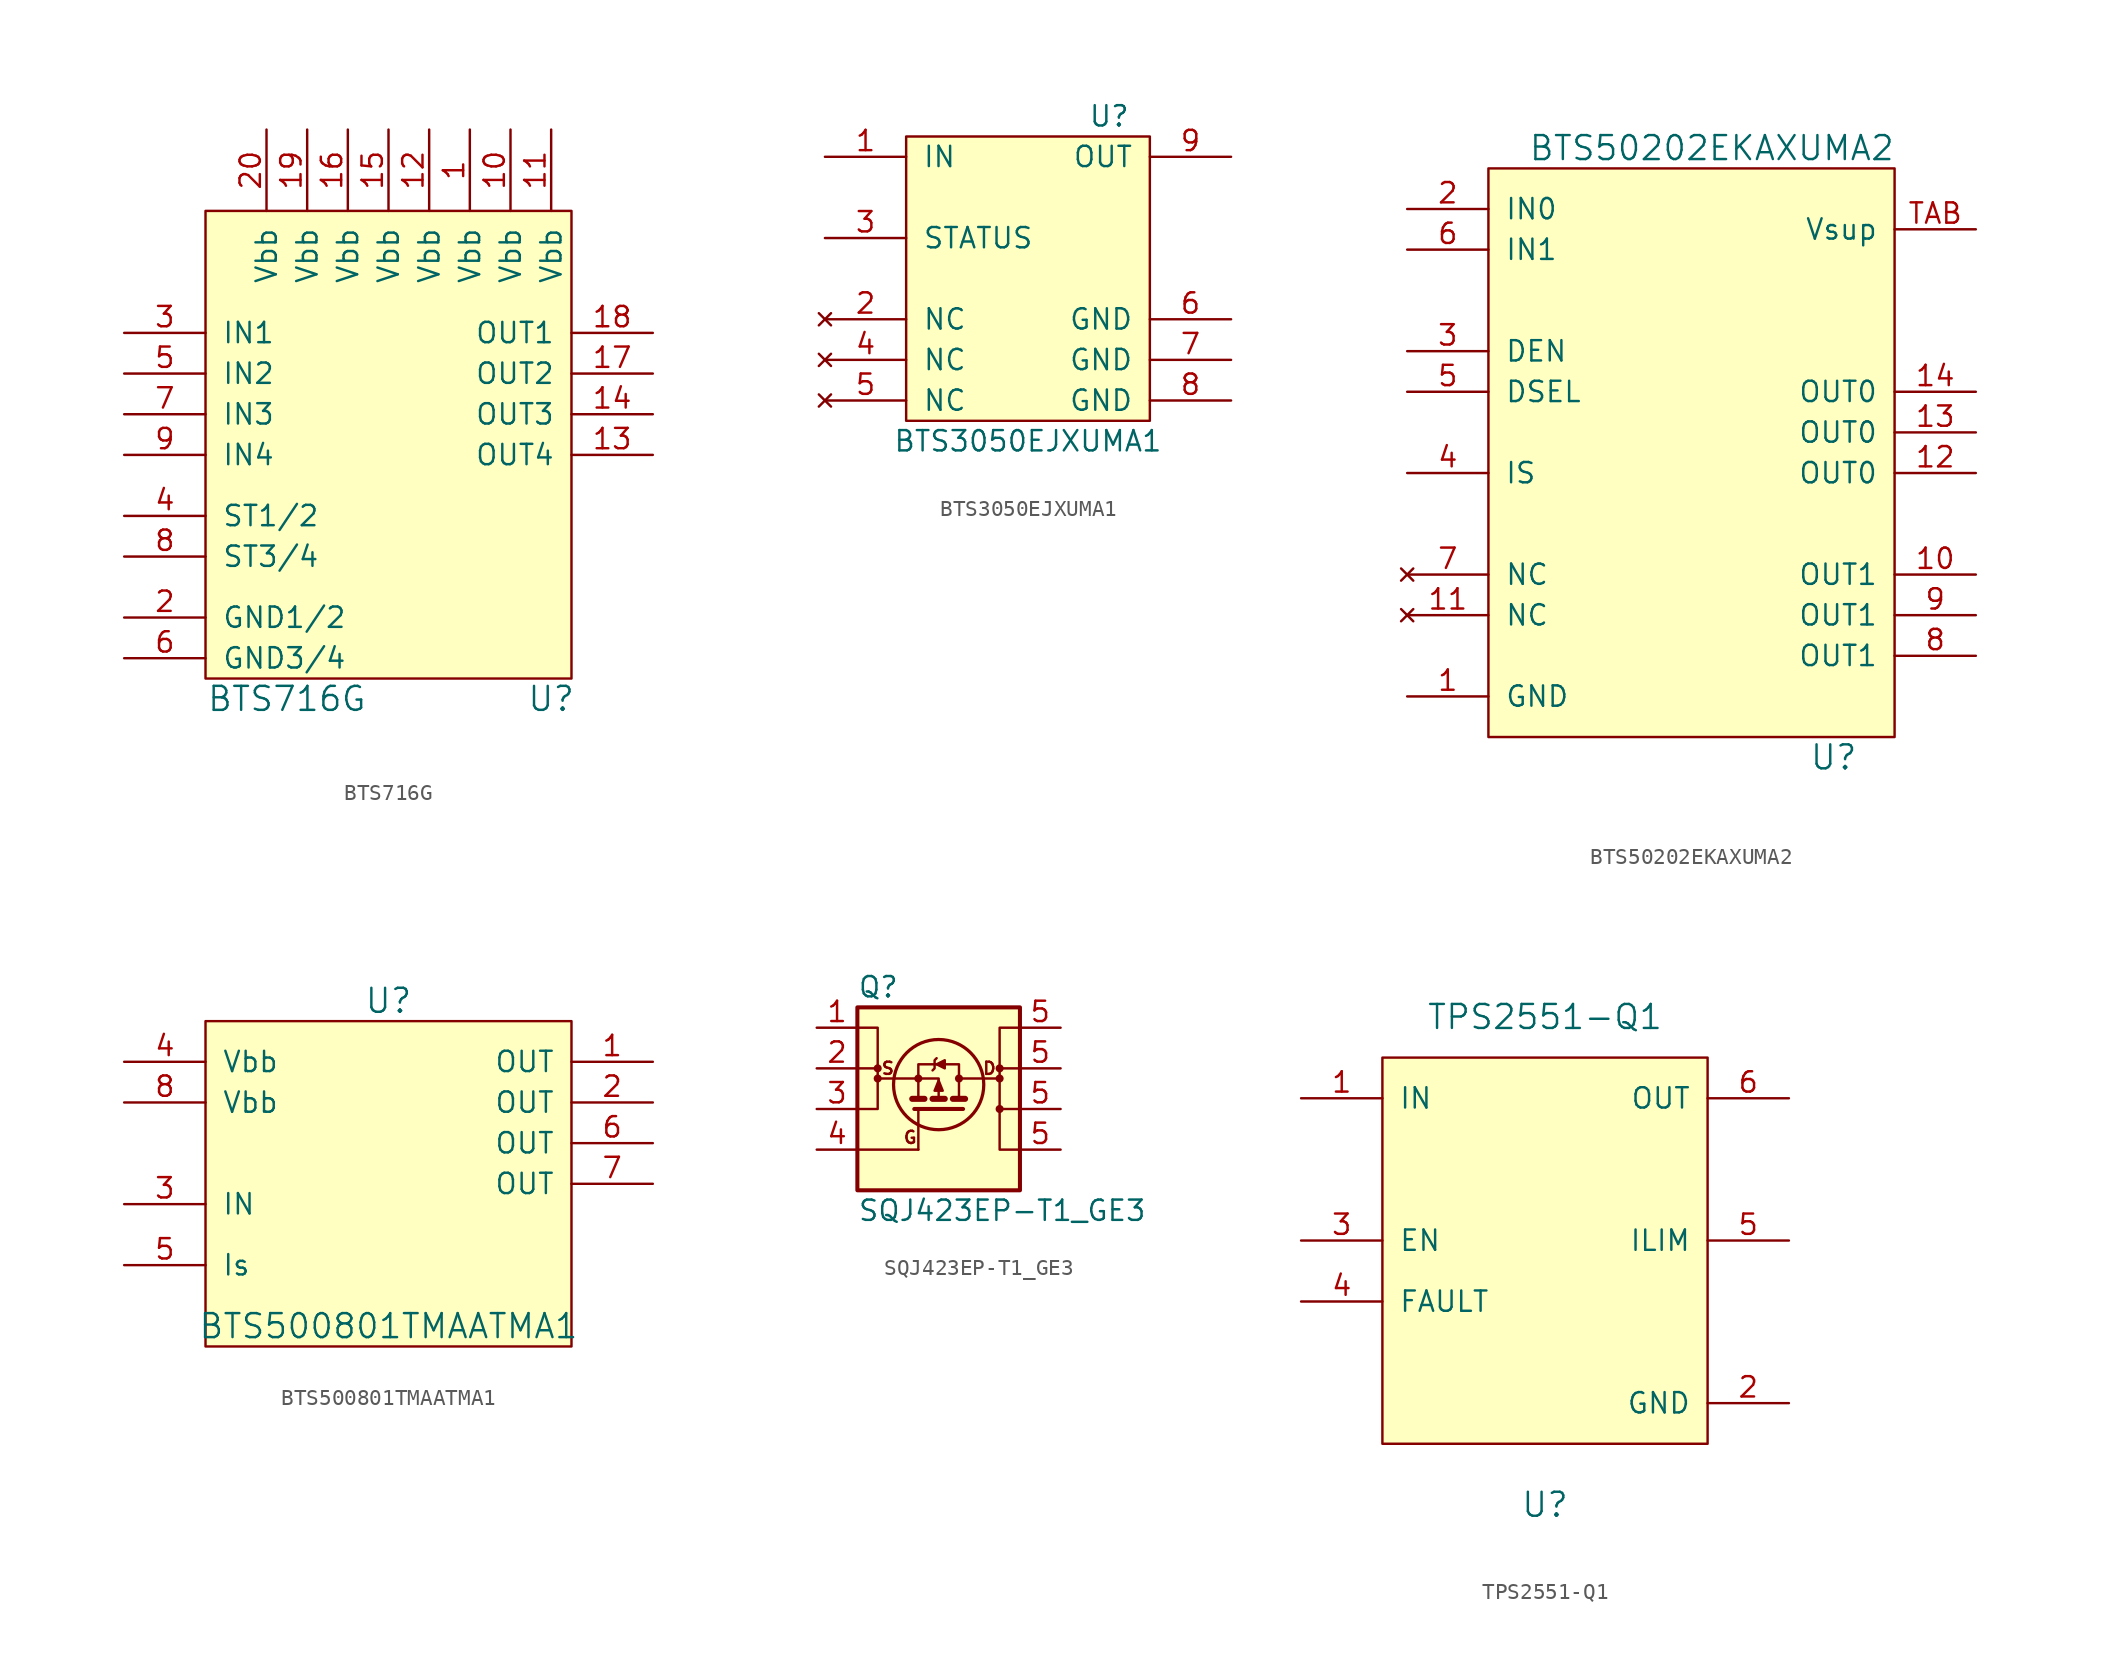
<source format=kicad_sym>
(kicad_symbol_lib
  (version 20211014)
  (generator kicad_symbol_editor)
  (symbol "BTS716G"
    (pin_names
      (offset 1.016))
    (property "Reference" "U"
      (at 10.16 -15.24 0)
      (effects (font (size 1.499 1.499))))
    (property "Value" "BTS716G"
      (at -6.35 -15.24 0)
      (effects (font (size 1.499 1.499))))
    (symbol "BTS716G_0_1"
      (rectangle (start -11.43 15.24) (end 11.43 -13.97) (stroke (width 0) (type default) (color 0 0 0 0)) (fill (type background))))
    (symbol "BTS716G_1_1"
      (pin power_in line (at 5.08 20.32 270) (length 5.08) (name "Vbb" (effects (font (size 1.27 1.27)))) (number "1" (effects (font (size 1.27 1.27)))))
      (pin power_in line (at 7.62 20.32 270) (length 5.08) (name "Vbb" (effects (font (size 1.27 1.27)))) (number "10" (effects (font (size 1.27 1.27)))))
      (pin power_in line (at 10.16 20.32 270) (length 5.08) (name "Vbb" (effects (font (size 1.27 1.27)))) (number "11" (effects (font (size 1.27 1.27)))))
      (pin power_in line (at 2.54 20.32 270) (length 5.08) (name "Vbb" (effects (font (size 1.27 1.27)))) (number "12" (effects (font (size 1.27 1.27)))))
      (pin power_out line (at 16.51 0 180) (length 5.08) (name "OUT4" (effects (font (size 1.27 1.27)))) (number "13" (effects (font (size 1.27 1.27)))))
      (pin power_out line (at 16.51 2.54 180) (length 5.08) (name "OUT3" (effects (font (size 1.27 1.27)))) (number "14" (effects (font (size 1.27 1.27)))))
      (pin power_in line (at 0 20.32 270) (length 5.08) (name "Vbb" (effects (font (size 1.27 1.27)))) (number "15" (effects (font (size 1.27 1.27)))))
      (pin power_in line (at -2.54 20.32 270) (length 5.08) (name "Vbb" (effects (font (size 1.27 1.27)))) (number "16" (effects (font (size 1.27 1.27)))))
      (pin power_out line (at 16.51 5.08 180) (length 5.08) (name "OUT2" (effects (font (size 1.27 1.27)))) (number "17" (effects (font (size 1.27 1.27)))))
      (pin power_out line (at 16.51 7.62 180) (length 5.08) (name "OUT1" (effects (font (size 1.27 1.27)))) (number "18" (effects (font (size 1.27 1.27)))))
      (pin power_in line (at -5.08 20.32 270) (length 5.08) (name "Vbb" (effects (font (size 1.27 1.27)))) (number "19" (effects (font (size 1.27 1.27)))))
      (pin power_in line (at -16.51 -10.16 0) (length 5.08) (name "GND1/2" (effects (font (size 1.27 1.27)))) (number "2" (effects (font (size 1.27 1.27)))))
      (pin power_in line (at -7.62 20.32 270) (length 5.08) (name "Vbb" (effects (font (size 1.27 1.27)))) (number "20" (effects (font (size 1.27 1.27)))))
      (pin input line (at -16.51 7.62 0) (length 5.08) (name "IN1" (effects (font (size 1.27 1.27)))) (number "3" (effects (font (size 1.27 1.27)))))
      (pin output line (at -16.51 -3.81 0) (length 5.08) (name "ST1/2" (effects (font (size 1.27 1.27)))) (number "4" (effects (font (size 1.27 1.27)))))
      (pin input line (at -16.51 5.08 0) (length 5.08) (name "IN2" (effects (font (size 1.27 1.27)))) (number "5" (effects (font (size 1.27 1.27)))))
      (pin power_in line (at -16.51 -12.7 0) (length 5.08) (name "GND3/4" (effects (font (size 1.27 1.27)))) (number "6" (effects (font (size 1.27 1.27)))))
      (pin input line (at -16.51 2.54 0) (length 5.08) (name "IN3" (effects (font (size 1.27 1.27)))) (number "7" (effects (font (size 1.27 1.27)))))
      (pin output line (at -16.51 -6.35 0) (length 5.08) (name "ST3/4" (effects (font (size 1.27 1.27)))) (number "8" (effects (font (size 1.27 1.27)))))
      (pin input line (at -16.51 0 0) (length 5.08) (name "IN4" (effects (font (size 1.27 1.27)))) (number "9" (effects (font (size 1.27 1.27)))))))
  (symbol "BTS3050EJXUMA1"
    (pin_names
      (offset 1.016))
    (property "Reference" "U"
      (at 5.08 10.16 0)
      (effects (font (size 1.27 1.27))))
    (property "Value" "BTS3050EJXUMA1"
      (at 0 -10.16 0)
      (effects (font (size 1.27 1.27))))
    (symbol "BTS3050EJXUMA1_0_1"
      (rectangle (start -7.62 8.89) (end 7.62 -8.89) (stroke (width 0) (type default) (color 0 0 0 0)) (fill (type background))))
    (symbol "BTS3050EJXUMA1_1_1"
      (pin input line (at -12.7 7.62 0) (length 5.08) (name "IN" (effects (font (size 1.27 1.27)))) (number "1" (effects (font (size 1.27 1.27)))))
      (pin no_connect line (at -12.7 -2.54 0) (length 5.08) (name "NC" (effects (font (size 1.27 1.27)))) (number "2" (effects (font (size 1.27 1.27)))))
      (pin open_collector line (at -12.7 2.54 0) (length 5.08) (name "STATUS" (effects (font (size 1.27 1.27)))) (number "3" (effects (font (size 1.27 1.27)))))
      (pin no_connect line (at -12.7 -5.08 0) (length 5.08) (name "NC" (effects (font (size 1.27 1.27)))) (number "4" (effects (font (size 1.27 1.27)))))
      (pin no_connect line (at -12.7 -7.62 0) (length 5.08) (name "NC" (effects (font (size 1.27 1.27)))) (number "5" (effects (font (size 1.27 1.27)))))
      (pin power_out line (at 12.7 -2.54 180) (length 5.08) (name "GND" (effects (font (size 1.27 1.27)))) (number "6" (effects (font (size 1.27 1.27)))))
      (pin power_out line (at 12.7 -5.08 180) (length 5.08) (name "GND" (effects (font (size 1.27 1.27)))) (number "7" (effects (font (size 1.27 1.27)))))
      (pin power_out line (at 12.7 -7.62 180) (length 5.08) (name "GND" (effects (font (size 1.27 1.27)))) (number "8" (effects (font (size 1.27 1.27)))))
      (pin power_out line (at 12.7 7.62 180) (length 5.08) (name "OUT" (effects (font (size 1.27 1.27)))) (number "9" (effects (font (size 1.27 1.27)))))))
  (symbol "BTS50202EKAXUMA2"
    (pin_names
      (offset 1.016))
    (property "Reference" "U"
      (at 8.89 -20.32 0)
      (effects (font (size 1.499 1.499))))
    (property "Value" "BTS50202EKAXUMA2"
      (at 1.27 17.78 0)
      (effects (font (size 1.499 1.499))))
    (symbol "BTS50202EKAXUMA2_0_1"
      (rectangle (start -12.7 16.51) (end 12.7 -19.05) (stroke (width 0) (type default) (color 0 0 0 0)) (fill (type background))))
    (symbol "BTS50202EKAXUMA2_1_1"
      (pin power_in line (at -17.78 -16.51 0) (length 5.08) (name "GND" (effects (font (size 1.27 1.27)))) (number "1" (effects (font (size 1.27 1.27)))))
      (pin power_out line (at 17.78 -8.89 180) (length 5.08) (name "OUT1" (effects (font (size 1.27 1.27)))) (number "10" (effects (font (size 1.27 1.27)))))
      (pin no_connect line (at -17.78 -11.43 0) (length 5.08) (name "NC" (effects (font (size 1.27 1.27)))) (number "11" (effects (font (size 1.27 1.27)))))
      (pin power_out line (at 17.78 -2.54 180) (length 5.08) (name "OUT0" (effects (font (size 1.27 1.27)))) (number "12" (effects (font (size 1.27 1.27)))))
      (pin power_out line (at 17.78 0 180) (length 5.08) (name "OUT0" (effects (font (size 1.27 1.27)))) (number "13" (effects (font (size 1.27 1.27)))))
      (pin power_out line (at 17.78 2.54 180) (length 5.08) (name "OUT0" (effects (font (size 1.27 1.27)))) (number "14" (effects (font (size 1.27 1.27)))))
      (pin input line (at -17.78 13.97 0) (length 5.08) (name "IN0" (effects (font (size 1.27 1.27)))) (number "2" (effects (font (size 1.27 1.27)))))
      (pin input line (at -17.78 5.08 0) (length 5.08) (name "DEN" (effects (font (size 1.27 1.27)))) (number "3" (effects (font (size 1.27 1.27)))))
      (pin output line (at -17.78 -2.54 0) (length 5.08) (name "IS" (effects (font (size 1.27 1.27)))) (number "4" (effects (font (size 1.27 1.27)))))
      (pin input line (at -17.78 2.54 0) (length 5.08) (name "DSEL" (effects (font (size 1.27 1.27)))) (number "5" (effects (font (size 1.27 1.27)))))
      (pin input line (at -17.78 11.43 0) (length 5.08) (name "IN1" (effects (font (size 1.27 1.27)))) (number "6" (effects (font (size 1.27 1.27)))))
      (pin no_connect line (at -17.78 -8.89 0) (length 5.08) (name "NC" (effects (font (size 1.27 1.27)))) (number "7" (effects (font (size 1.27 1.27)))))
      (pin power_out line (at 17.78 -13.97 180) (length 5.08) (name "OUT1" (effects (font (size 1.27 1.27)))) (number "8" (effects (font (size 1.27 1.27)))))
      (pin power_out line (at 17.78 -11.43 180) (length 5.08) (name "OUT1" (effects (font (size 1.27 1.27)))) (number "9" (effects (font (size 1.27 1.27)))))
      (pin power_in line (at 17.78 12.7 180) (length 5.08) (name "Vsup" (effects (font (size 1.27 1.27)))) (number "TAB" (effects (font (size 1.27 1.27)))))))
  (symbol "BTS500801TMAATMA1"
    (pin_names
      (offset 1.016))
    (property "Reference" "U"
      (at 0 0 0)
      (effects (font (size 1.499 1.499))))
    (property "Value" "BTS500801TMAATMA1"
      (at 0 -20.32 0)
      (effects (font (size 1.499 1.499))))
    (symbol "BTS500801TMAATMA1_0_1"
      (rectangle (start -11.43 -1.27) (end 11.43 -21.59) (stroke (width 0) (type default) (color 0 0 0 0)) (fill (type background))))
    (symbol "BTS500801TMAATMA1_1_1"
      (pin power_out line (at 16.51 -3.81 180) (length 5.08) (name "OUT" (effects (font (size 1.27 1.27)))) (number "1" (effects (font (size 1.27 1.27)))))
      (pin power_out line (at 16.51 -6.35 180) (length 5.08) (name "OUT" (effects (font (size 1.27 1.27)))) (number "2" (effects (font (size 1.27 1.27)))))
      (pin input line (at -16.51 -12.7 0) (length 5.08) (name "IN" (effects (font (size 1.27 1.27)))) (number "3" (effects (font (size 1.27 1.27)))))
      (pin power_in line (at -16.51 -3.81 0) (length 5.08) (name "Vbb" (effects (font (size 1.27 1.27)))) (number "4" (effects (font (size 1.27 1.27)))))
      (pin output line (at -16.51 -16.51 0) (length 5.08) (name "Is" (effects (font (size 1.27 1.27)))) (number "5" (effects (font (size 1.27 1.27)))))
      (pin power_out line (at 16.51 -8.89 180) (length 5.08) (name "OUT" (effects (font (size 1.27 1.27)))) (number "6" (effects (font (size 1.27 1.27)))))
      (pin power_out line (at 16.51 -11.43 180) (length 5.08) (name "OUT" (effects (font (size 1.27 1.27)))) (number "7" (effects (font (size 1.27 1.27)))))
      (pin power_in line (at -16.51 -6.35 0) (length 5.08) (name "Vbb" (effects (font (size 1.27 1.27)))) (number "8" (effects (font (size 1.27 1.27)))))))
  (symbol "SQJ423EP-T1_GE3"
    (pin_names
      (offset 0) hide)
    (property "Reference" "Q"
      (at -5.08 7.62 0)
      (effects (font (size 1.27 1.27)) (justify left)))
    (property "Value" "SQJ423EP-T1_GE3"
      (at -5.08 -6.35 0)
      (effects (font (size 1.27 1.27)) (justify left)))
    (symbol "SQJ423EP-T1_GE3_0_0"
      (circle (center -3.81 1.905) (radius 0.127) (stroke (width 0.254) (type default) (color 0 0 0 0)) (fill (type none)))
      (circle (center -1.27 1.905) (radius 0.127) (stroke (width 0.254) (type default) (color 0 0 0 0)) (fill (type none)))
      (polyline (pts (xy -5.08 2.54) (xy -3.81 2.54)) (stroke (width 0) (type default) (color 0 0 0 0)) (fill (type none)))
      (polyline (pts (xy -1.27 1.905) (xy -3.81 1.905)) (stroke (width 0) (type default) (color 0 0 0 0)) (fill (type none)))
      (polyline (pts (xy 5.08 2.54) (xy 3.81 2.54)) (stroke (width 0) (type default) (color 0 0 0 0)) (fill (type none)))
      (polyline (pts (xy -1.27 0.635) (xy -1.27 2.794) (xy 1.27 2.794) (xy 1.27 0.635)) (stroke (width 0) (type default) (color 0 0 0 0)) (fill (type none)))
      (polyline (pts (xy -0.381 2.413) (xy -0.254 2.54) (xy -0.254 3.048) (xy -0.127 3.175)) (stroke (width 0) (type default) (color 0 0 0 0)) (fill (type none)))
      (polyline (pts (xy -0.127 2.794) (xy 0.381 2.54) (xy 0.381 3.048) (xy -0.127 2.794)) (stroke (width 0) (type default) (color 0 0 0 0)) (fill (type outline)))
      (circle (center 1.27 1.905) (radius 0.127) (stroke (width 0.254) (type default) (color 0 0 0 0)) (fill (type none)))
      (circle (center 3.81 1.905) (radius 0.127) (stroke (width 0.254) (type default) (color 0 0 0 0)) (fill (type none)))
      (text "D" (at 3.175 2.54 0) (effects (font (size 0.762 0.762))))
      (text "G" (at -1.778 -1.778 0) (effects (font (size 0.762 0.762))))
      (text "S" (at -3.175 2.54 0) (effects (font (size 0.762 0.762)))))
    (symbol "SQJ423EP-T1_GE3_0_1"
      (rectangle (start -5.08 6.35) (end 5.08 -5.08) (stroke (width 0.254) (type default) (color 0 0 0 0)) (fill (type background)))
      (circle (center -3.81 2.54) (radius 0.127) (stroke (width 0.254) (type default) (color 0 0 0 0)) (fill (type none)))
      (polyline (pts (xy -5.08 -2.54) (xy -1.27 -2.54)) (stroke (width 0) (type default) (color 0 0 0 0)) (fill (type none)))
      (polyline (pts (xy -1.651 0.635) (xy -0.889 0.635)) (stroke (width 0.381) (type default) (color 0 0 0 0)) (fill (type none)))
      (polyline (pts (xy -1.27 -2.54) (xy -1.27 0)) (stroke (width 0) (type default) (color 0 0 0 0)) (fill (type none)))
      (polyline (pts (xy -0.381 0.635) (xy 0.381 0.635)) (stroke (width 0.381) (type default) (color 0 0 0 0)) (fill (type none)))
      (polyline (pts (xy 0.889 0.635) (xy 1.651 0.635)) (stroke (width 0.381) (type default) (color 0 0 0 0)) (fill (type none)))
      (polyline (pts (xy 1.27 1.905) (xy 3.81 1.905)) (stroke (width 0) (type default) (color 0 0 0 0)) (fill (type none)))
      (polyline (pts (xy 5.08 0) (xy 3.81 0)) (stroke (width 0) (type default) (color 0 0 0 0)) (fill (type none)))
      (polyline (pts (xy -1.524 0) (xy 1.524 0) (xy 1.524 0)) (stroke (width 0.254) (type default) (color 0 0 0 0)) (fill (type none)))
      (polyline (pts (xy 0 0.635) (xy 0 1.905) (xy -1.27 1.905)) (stroke (width 0) (type default) (color 0 0 0 0)) (fill (type none)))
      (polyline (pts (xy -5.08 0) (xy -3.81 0) (xy -3.81 5.08) (xy -5.08 5.08)) (stroke (width 0) (type default) (color 0 0 0 0)) (fill (type none)))
      (polyline (pts (xy 0.254 1.143) (xy -0.254 1.143) (xy 0 1.778) (xy 0.254 1.143)) (stroke (width 0) (type default) (color 0 0 0 0)) (fill (type outline)))
      (polyline (pts (xy 5.08 5.08) (xy 3.81 5.08) (xy 3.81 -2.54) (xy 5.08 -2.54)) (stroke (width 0) (type default) (color 0 0 0 0)) (fill (type none)))
      (circle (center 0 1.524) (radius 2.819) (stroke (width 0.203) (type default) (color 0 0 0 0)) (fill (type none)))
      (circle (center 3.81 0) (radius 0.127) (stroke (width 0.254) (type default) (color 0 0 0 0)) (fill (type none)))
      (circle (center 3.81 2.54) (radius 0.127) (stroke (width 0.254) (type default) (color 0 0 0 0)) (fill (type none))))
    (symbol "SQJ423EP-T1_GE3_1_1"
      (pin passive line (at -7.62 5.08 0) (length 2.54) (name "S" (effects (font (size 1.27 1.27)))) (number "1" (effects (font (size 1.27 1.27)))))
      (pin passive line (at -7.62 2.54 0) (length 2.54) (name "S" (effects (font (size 1.27 1.27)))) (number "2" (effects (font (size 1.27 1.27)))))
      (pin passive line (at -7.62 0 0) (length 2.54) (name "S" (effects (font (size 1.27 1.27)))) (number "3" (effects (font (size 1.27 1.27)))))
      (pin passive line (at -7.62 -2.54 0) (length 2.54) (name "G" (effects (font (size 1.27 1.27)))) (number "4" (effects (font (size 1.27 1.27)))))
      (pin passive line (at 7.62 -2.54 180) (length 2.54) (name "D" (effects (font (size 1.27 1.27)))) (number "5" (effects (font (size 1.27 1.27)))))
      (pin passive line (at 7.62 0 180) (length 2.54) (name "D" (effects (font (size 1.27 1.27)))) (number "5" (effects (font (size 1.27 1.27)))))
      (pin passive line (at 7.62 2.54 180) (length 2.54) (name "D" (effects (font (size 1.27 1.27)))) (number "5" (effects (font (size 1.27 1.27)))))
      (pin passive line (at 7.62 5.08 180) (length 2.54) (name "D" (effects (font (size 1.27 1.27)))) (number "5" (effects (font (size 1.27 1.27)))))))
  (symbol "TPS2551-Q1"
    (pin_names
      (offset 1.016))
    (property "Reference" "U"
      (at 0 -16.51 0)
      (effects (font (size 1.499 1.499))))
    (property "Value" "TPS2551-Q1"
      (at 0 13.97 0)
      (effects (font (size 1.499 1.499))))
    (symbol "TPS2551-Q1_0_1"
      (rectangle (start -10.16 -12.7) (end 10.16 11.43) (stroke (width 0) (type default) (color 0 0 0 0)) (fill (type background))))
    (symbol "TPS2551-Q1_1_1"
      (pin power_in line (at -15.24 8.89 0) (length 5.08) (name "IN" (effects (font (size 1.27 1.27)))) (number "1" (effects (font (size 1.27 1.27)))))
      (pin power_in line (at 15.24 -10.16 180) (length 5.08) (name "GND" (effects (font (size 1.27 1.27)))) (number "2" (effects (font (size 1.27 1.27)))))
      (pin input line (at -15.24 0 0) (length 5.08) (name "EN" (effects (font (size 1.27 1.27)))) (number "3" (effects (font (size 1.27 1.27)))))
      (pin open_collector line (at -15.24 -3.81 0) (length 5.08) (name "FAULT" (effects (font (size 1.27 1.27)))) (number "4" (effects (font (size 1.27 1.27)))))
      (pin output line (at 15.24 0 180) (length 5.08) (name "ILIM" (effects (font (size 1.27 1.27)))) (number "5" (effects (font (size 1.27 1.27)))))
      (pin power_out line (at 15.24 8.89 180) (length 5.08) (name "OUT" (effects (font (size 1.27 1.27)))) (number "6" (effects (font (size 1.27 1.27))))))))
</source>
